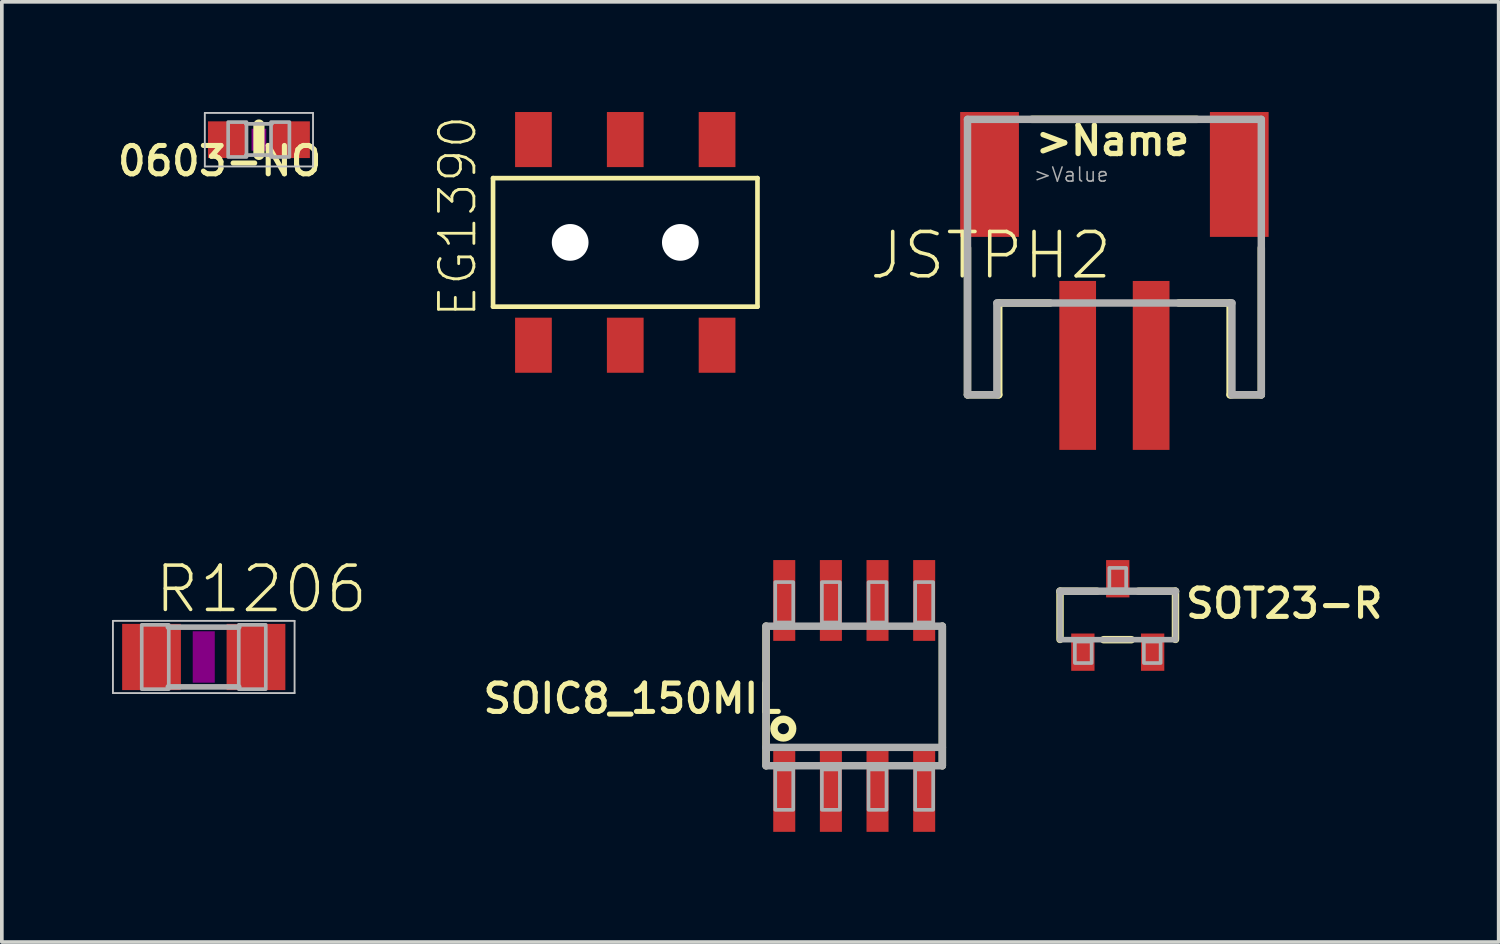
<source format=kicad_pcb>
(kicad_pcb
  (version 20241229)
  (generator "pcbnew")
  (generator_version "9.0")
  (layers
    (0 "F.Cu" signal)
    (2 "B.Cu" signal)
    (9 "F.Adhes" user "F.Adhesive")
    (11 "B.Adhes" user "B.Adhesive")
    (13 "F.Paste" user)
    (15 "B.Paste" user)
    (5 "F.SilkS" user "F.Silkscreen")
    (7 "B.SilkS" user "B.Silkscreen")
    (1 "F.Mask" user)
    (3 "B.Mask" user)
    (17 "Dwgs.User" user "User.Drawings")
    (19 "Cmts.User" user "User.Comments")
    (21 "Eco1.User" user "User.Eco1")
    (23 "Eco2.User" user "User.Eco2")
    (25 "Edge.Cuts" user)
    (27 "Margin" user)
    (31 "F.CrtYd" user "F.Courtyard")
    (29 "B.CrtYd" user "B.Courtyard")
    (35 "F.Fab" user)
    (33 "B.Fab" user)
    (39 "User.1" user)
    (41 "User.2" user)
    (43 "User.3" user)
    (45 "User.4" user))
  (footprint "SOIC8_150MIL"
    (layer "F.Cu")
    (at 20.209 15.9)
    (property "Reference" "SOIC8_150MIL" (at -1.905 -0.381 180) (layer "F.SilkS") (effects (font (size 0.772 0.772) (thickness 0.139)) (justify right top)))
    (attr through_hole)
    (fp_line (start -2.4 1.9) (end -2.4 -1.9) (stroke (width 0.203) (type solid)) (layer "F.SilkS"))
    (fp_line (start 2.4 -1.9) (end 2.4 1.9) (stroke (width 0.203) (type solid)) (layer "F.SilkS"))
    (fp_circle (center -1.93 0.889) (end -1.676 0.889) (stroke (width 0.203) (type solid)) (fill no) (layer "F.SilkS"))
    (fp_line (start -2.4 -1.9) (end 2.4 -1.9) (stroke (width 0.203) (type solid)) (layer "F.Fab"))
    (fp_line (start -2.4 1.4) (end -2.4 -1.9) (stroke (width 0.203) (type solid)) (layer "F.Fab"))
    (fp_line (start -2.4 1.9) (end -2.4 1.4) (stroke (width 0.203) (type solid)) (layer "F.Fab"))
    (fp_line (start 2.4 -1.9) (end 2.4 1.4) (stroke (width 0.203) (type solid)) (layer "F.Fab"))
    (fp_line (start 2.4 1.4) (end -2.4 1.4) (stroke (width 0.203) (type solid)) (layer "F.Fab"))
    (fp_line (start 2.4 1.4) (end 2.4 1.9) (stroke (width 0.203) (type solid)) (layer "F.Fab"))
    (fp_line (start 2.4 1.9) (end -2.4 1.9) (stroke (width 0.203) (type solid)) (layer "F.Fab"))
    (fp_poly (pts (xy -2.15 -2) (xy -1.66 -2) (xy -1.66 -3.1) (xy -2.15 -3.1)) (stroke (width 0.1) (type solid)) (fill no) (layer "F.Fab"))
    (fp_poly (pts (xy -2.15 3.1) (xy -1.66 3.1) (xy -1.66 2) (xy -2.15 2)) (stroke (width 0.1) (type solid)) (fill no) (layer "F.Fab"))
    (fp_poly (pts (xy -0.88 -2) (xy -0.39 -2) (xy -0.39 -3.1) (xy -0.88 -3.1)) (stroke (width 0.1) (type solid)) (fill no) (layer "F.Fab"))
    (fp_poly (pts (xy -0.88 3.1) (xy -0.39 3.1) (xy -0.39 2) (xy -0.88 2)) (stroke (width 0.1) (type solid)) (fill no) (layer "F.Fab"))
    (fp_poly (pts (xy 0.39 -2) (xy 0.88 -2) (xy 0.88 -3.1) (xy 0.39 -3.1)) (stroke (width 0.1) (type solid)) (fill no) (layer "F.Fab"))
    (fp_poly (pts (xy 0.39 3.1) (xy 0.88 3.1) (xy 0.88 2) (xy 0.39 2)) (stroke (width 0.1) (type solid)) (fill no) (layer "F.Fab"))
    (fp_poly (pts (xy 1.66 -2) (xy 2.15 -2) (xy 2.15 -3.1) (xy 1.66 -3.1)) (stroke (width 0.1) (type solid)) (fill no) (layer "F.Fab"))
    (fp_poly (pts (xy 1.66 3.1) (xy 2.15 3.1) (xy 2.15 2) (xy 1.66 2)) (stroke (width 0.1) (type solid)) (fill no) (layer "F.Fab"))
    (pad "1" smd rect (at -1.905 2.6) (size 0.6 2.2) (layers "F.Cu" "F.Mask" "F.Paste"))
    (pad "2" smd rect (at -0.635 2.6) (size 0.6 2.2) (layers "F.Cu" "F.Mask" "F.Paste"))
    (pad "3" smd rect (at 0.635 2.6) (size 0.6 2.2) (layers "F.Cu" "F.Mask" "F.Paste"))
    (pad "4" smd rect (at 1.905 2.6) (size 0.6 2.2) (layers "F.Cu" "F.Mask" "F.Paste"))
    (pad "5" smd rect (at 1.905 -2.6) (size 0.6 2.2) (layers "F.Cu" "F.Mask" "F.Paste"))
    (pad "6" smd rect (at 0.635 -2.6) (size 0.6 2.2) (layers "F.Cu" "F.Mask" "F.Paste"))
    (pad "7" smd rect (at -0.635 -2.6) (size 0.6 2.2) (layers "F.Cu" "F.Mask" "F.Paste"))
    (pad "8" smd rect (at -1.905 -2.6) (size 0.6 2.2) (layers "F.Cu" "F.Mask" "F.Paste")))
  (footprint "EG1390"
    (layer "F.Cu")
    (at 13.975 3.55)
    (property "Reference" "EG1390" (at -4 2.1 90) (layer "F.SilkS") (effects (font (size 0.965 0.965) (thickness 0.077)) (justify left bottom)))
    (attr through_hole)
    (fp_line (start -3.6 -1.75) (end 3.6 -1.75) (stroke (width 0.127) (type solid)) (layer "F.SilkS"))
    (fp_line (start -3.6 1.75) (end -3.6 -1.75) (stroke (width 0.127) (type solid)) (layer "F.SilkS"))
    (fp_line (start 3.6 -1.75) (end 3.6 1.75) (stroke (width 0.127) (type solid)) (layer "F.SilkS"))
    (fp_line (start 3.6 1.75) (end -3.6 1.75) (stroke (width 0.127) (type solid)) (layer "F.SilkS"))
    (pad "" np_thru_hole circle (at -1.5 0) (size 1 1) (drill 1) (layers "*.Cu" "*.Mask"))
    (pad "" np_thru_hole circle (at 1.5 0) (size 1 1) (drill 1) (layers "*.Cu" "*.Mask"))
    (pad "O1" smd rect (at -2.5 -2.8) (size 1 1.5) (layers "F.Cu" "F.Mask" "F.Paste"))
    (pad "O2" smd rect (at -2.5 2.8) (size 1 1.5) (layers "F.Cu" "F.Mask" "F.Paste"))
    (pad "P1" smd rect (at 0 -2.8) (size 1 1.5) (layers "F.Cu" "F.Mask" "F.Paste"))
    (pad "P2" smd rect (at 0 2.8) (size 1 1.5) (layers "F.Cu" "F.Mask" "F.Paste"))
    (pad "S1" smd rect (at 2.5 -2.8) (size 1 1.5) (layers "F.Cu" "F.Mask" "F.Paste"))
    (pad "S2" smd rect (at 2.5 2.8) (size 1 1.5) (layers "F.Cu" "F.Mask" "F.Paste")))
  (footprint "JSTPH2"
    (layer "F.Cu")
    (at 27.294 3.2)
    (property "Reference" "JSTPH2" (at 0 0 180) (layer "F.SilkS") (effects (font (size 1.206 1.206) (thickness 0.097)) (justify right top)))
    (attr through_hole)
    (fp_line (start -4 4.5) (end -4 0.5) (stroke (width 0.203) (type solid)) (layer "F.SilkS"))
    (fp_line (start -3.15 2) (end -3.15 4.5) (stroke (width 0.203) (type solid)) (layer "F.SilkS"))
    (fp_line (start -3.15 4.5) (end -4 4.5) (stroke (width 0.203) (type solid)) (layer "F.SilkS"))
    (fp_line (start -2.25 -3) (end 2.25 -3) (stroke (width 0.203) (type solid)) (layer "F.SilkS"))
    (fp_line (start -1.75 2) (end -3.15 2) (stroke (width 0.203) (type solid)) (layer "F.SilkS"))
    (fp_line (start 3.15 2) (end 1.75 2) (stroke (width 0.203) (type solid)) (layer "F.SilkS"))
    (fp_line (start 3.15 4.5) (end 3.15 2) (stroke (width 0.203) (type solid)) (layer "F.SilkS"))
    (fp_line (start 4 0.5) (end 4 4.5) (stroke (width 0.203) (type solid)) (layer "F.SilkS"))
    (fp_line (start 4 4.5) (end 3.15 4.5) (stroke (width 0.203) (type solid)) (layer "F.SilkS"))
    (fp_line (start -4 -3) (end 4 -3) (stroke (width 0.203) (type solid)) (layer "F.Fab"))
    (fp_line (start -4 4.5) (end -4 -3) (stroke (width 0.203) (type solid)) (layer "F.Fab"))
    (fp_line (start -3.2 2) (end -3.2 4.5) (stroke (width 0.203) (type solid)) (layer "F.Fab"))
    (fp_line (start -3.2 4.5) (end -4 4.5) (stroke (width 0.203) (type solid)) (layer "F.Fab"))
    (fp_line (start 3.2 2) (end -3.2 2) (stroke (width 0.203) (type solid)) (layer "F.Fab"))
    (fp_line (start 3.2 4.5) (end 3.2 2) (stroke (width 0.203) (type solid)) (layer "F.Fab"))
    (fp_line (start 4 -3) (end 4 4.5) (stroke (width 0.203) (type solid)) (layer "F.Fab"))
    (fp_line (start 4 4.5) (end 3.2 4.5) (stroke (width 0.203) (type solid)) (layer "F.Fab"))
    (fp_text user ">Name" (at -2.223 -1.968 0) (layer "F.SilkS") (effects (font (size 0.772 0.772) (thickness 0.146)) (justify left bottom)))
    (fp_text user ">Value" (at -2.223 -1.27 0) (layer "F.Fab") (effects (font (size 0.386 0.386) (thickness 0.041)) (justify left bottom)))
    (pad "1" smd rect (at -1 3.7) (size 1 4.6) (layers "F.Cu" "F.Mask" "F.Paste"))
    (pad "2" smd rect (at 1 3.7) (size 1 4.6) (layers "F.Cu" "F.Mask" "F.Paste"))
    (pad "NC1" smd rect (at -3.4 -1.5 90) (size 3.4 1.6) (layers "F.Cu" "F.Mask" "F.Paste"))
    (pad "NC2" smd rect (at 3.4 -1.5 90) (size 3.4 1.6) (layers "F.Cu" "F.Mask" "F.Paste")))
  (footprint "SOT23-R"
    (layer "F.Cu")
    (at 27.385 13.708)
    (property "Reference" "SOT23-R" (at 1.778 0.127 0) (layer "F.SilkS") (effects (font (size 0.772 0.772) (thickness 0.139)) (justify left bottom)))
    (attr through_hole)
    (fp_line (start -1.572 -0.66) (end -0.564 -0.66) (stroke (width 0.203) (type solid)) (layer "F.SilkS"))
    (fp_line (start -1.572 0.652) (end -1.572 -0.66) (stroke (width 0.203) (type solid)) (layer "F.SilkS"))
    (fp_line (start 0.372 0.66) (end -0.386 0.66) (stroke (width 0.203) (type solid)) (layer "F.SilkS"))
    (fp_line (start 0.564 -0.66) (end 1.572 -0.66) (stroke (width 0.203) (type solid)) (layer "F.SilkS"))
    (fp_line (start 1.572 -0.66) (end 1.572 0.652) (stroke (width 0.203) (type solid)) (layer "F.SilkS"))
    (fp_line (start -1.572 -0.66) (end 1.572 -0.66) (stroke (width 0.203) (type solid)) (layer "F.Fab"))
    (fp_line (start -1.572 0.66) (end -1.572 -0.66) (stroke (width 0.152) (type solid)) (layer "F.Fab"))
    (fp_line (start 1.572 -0.66) (end 1.572 0.66) (stroke (width 0.152) (type solid)) (layer "F.Fab"))
    (fp_line (start 1.572 0.66) (end -1.572 0.66) (stroke (width 0.152) (type solid)) (layer "F.Fab"))
    (fp_poly (pts (xy -1.168 1.295) (xy -0.711 1.295) (xy -0.711 0.711) (xy -1.168 0.711)) (stroke (width 0.1) (type solid)) (fill no) (layer "F.Fab"))
    (fp_poly (pts (xy -0.229 -0.711) (xy 0.229 -0.711) (xy 0.229 -1.295) (xy -0.229 -1.295)) (stroke (width 0.1) (type solid)) (fill no) (layer "F.Fab"))
    (fp_poly (pts (xy 0.711 1.295) (xy 1.168 1.295) (xy 1.168 0.711) (xy 0.711 0.711)) (stroke (width 0.1) (type solid)) (fill no) (layer "F.Fab"))
    (pad "1" smd rect (at -0.95 1) (size 0.635 1.016) (layers "F.Cu" "F.Mask" "F.Paste"))
    (pad "2" smd rect (at 0.95 1) (size 0.635 1.016) (layers "F.Cu" "F.Mask" "F.Paste"))
    (pad "3" smd rect (at 0 -1) (size 0.635 1.016) (layers "F.Cu" "F.Mask" "F.Paste")))
  (footprint "R1206"
    (layer "F.Cu")
    (at 2.498 14.839)
    (property "Reference" "R1206" (at -1.397 -1.143 0) (layer "F.SilkS") (effects (font (size 1.206 1.206) (thickness 0.097)) (justify left bottom)))
    (attr through_hole)
    (fp_poly (pts (xy -0.3 0.7) (xy 0.3 0.7) (xy 0.3 -0.7) (xy -0.3 -0.7)) (stroke (width 0) (type solid)) (fill yes) (layer "F.Adhes"))
    (fp_line (start -2.473 -0.983) (end 2.473 -0.983) (stroke (width 0.051) (type solid)) (layer "Dwgs.User"))
    (fp_line (start -2.473 0.983) (end -2.473 -0.983) (stroke (width 0.051) (type solid)) (layer "Dwgs.User"))
    (fp_line (start 2.473 -0.983) (end 2.473 0.983) (stroke (width 0.051) (type solid)) (layer "Dwgs.User"))
    (fp_line (start 2.473 0.983) (end -2.473 0.983) (stroke (width 0.051) (type solid)) (layer "Dwgs.User"))
    (fp_line (start 0.953 -0.813) (end -0.965 -0.813) (stroke (width 0.152) (type solid)) (layer "F.Fab"))
    (fp_line (start 0.953 0.813) (end -0.965 0.813) (stroke (width 0.152) (type solid)) (layer "F.Fab"))
    (fp_poly (pts (xy -1.689 0.876) (xy -0.953 0.876) (xy -0.953 -0.876) (xy -1.689 -0.876)) (stroke (width 0.1) (type solid)) (fill no) (layer "F.Fab"))
    (fp_poly (pts (xy 0.953 0.876) (xy 1.689 0.876) (xy 1.689 -0.876) (xy 0.953 -0.876)) (stroke (width 0.1) (type solid)) (fill no) (layer "F.Fab"))
    (pad "1" smd rect (at -1.422 0) (size 1.6 1.803) (layers "F.Cu" "F.Mask" "F.Paste"))
    (pad "2" smd rect (at 1.422 0) (size 1.6 1.803) (layers "F.Cu" "F.Mask" "F.Paste")))
  (footprint "0603-NO"
    (layer "F.Cu")
    (at 4 0.754)
    (property "Reference" "0603-NO" (at 1.778 0.127 180) (layer "F.SilkS") (effects (font (size 0.772 0.772) (thickness 0.139)) (justify right top)))
    (attr through_hole)
    (fp_line (start 0 -0.4) (end 0 0.4) (stroke (width 0.305) (type solid)) (layer "F.SilkS"))
    (fp_poly (pts (xy -0.2 0.3) (xy 0.2 0.3) (xy 0.2 -0.3) (xy -0.2 -0.3)) (stroke (width 0) (type solid)) (fill yes) (layer "F.Adhes"))
    (fp_line (start -1.473 -0.729) (end 1.473 -0.729) (stroke (width 0.051) (type solid)) (layer "Dwgs.User"))
    (fp_line (start -1.473 0.729) (end -1.473 -0.729) (stroke (width 0.051) (type solid)) (layer "Dwgs.User"))
    (fp_line (start 1.473 -0.729) (end 1.473 0.729) (stroke (width 0.051) (type solid)) (layer "Dwgs.User"))
    (fp_line (start 1.473 0.729) (end -1.473 0.729) (stroke (width 0.051) (type solid)) (layer "Dwgs.User"))
    (fp_line (start -0.356 -0.432) (end 0.356 -0.432) (stroke (width 0.102) (type solid)) (layer "F.Fab"))
    (fp_line (start -0.356 0.419) (end 0.356 0.419) (stroke (width 0.102) (type solid)) (layer "F.Fab"))
    (fp_poly (pts (xy -0.838 0.47) (xy -0.338 0.47) (xy -0.338 -0.48) (xy -0.838 -0.48)) (stroke (width 0.1) (type solid)) (fill no) (layer "F.Fab"))
    (fp_poly (pts (xy 0.33 0.47) (xy 0.83 0.47) (xy 0.83 -0.48) (xy 0.33 -0.48)) (stroke (width 0.1) (type solid)) (fill no) (layer "F.Fab"))
    (pad "1" smd rect (at -0.85 0) (size 1.075 1) (layers "F.Cu" "F.Mask" "F.Paste"))
    (pad "2" smd rect (at 0.85 0) (size 1.075 1) (layers "F.Cu" "F.Mask" "F.Paste")))
  (gr_rect
    (start -3 -3)
    (end 37.757 22.6)
    (stroke (width 0.1) (type default))
    (fill no)
    (layer "Edge.Cuts")))
</source>
